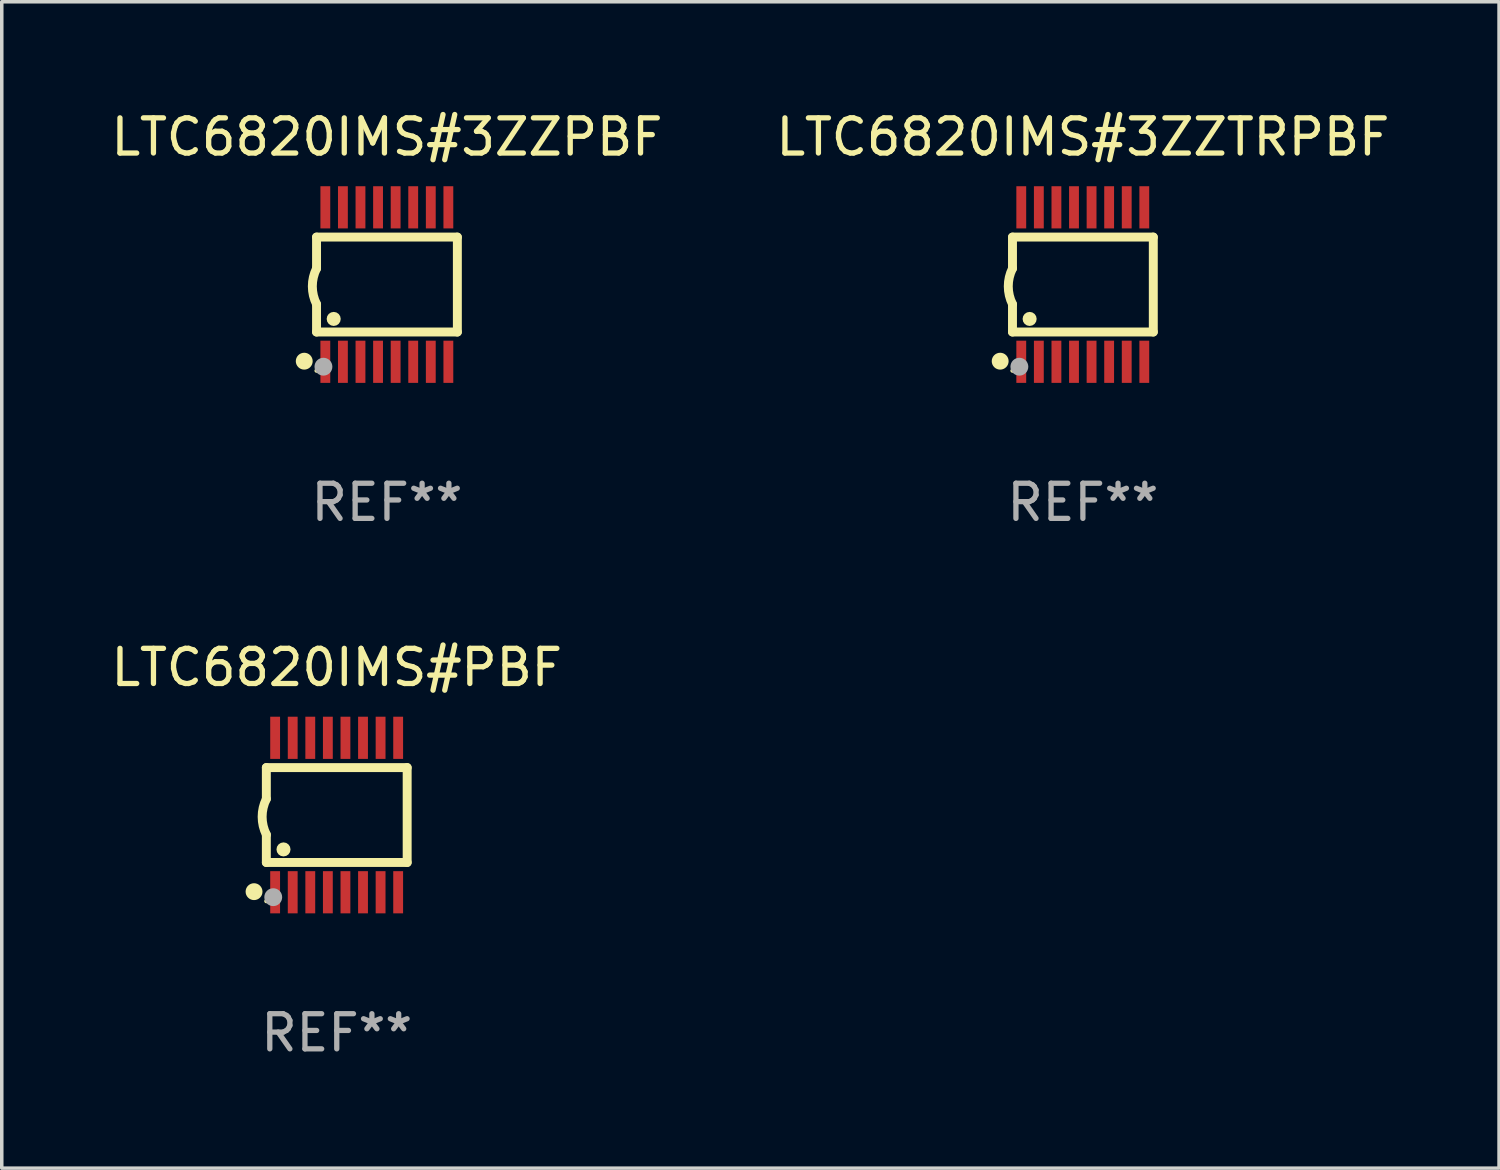
<source format=kicad_pcb>
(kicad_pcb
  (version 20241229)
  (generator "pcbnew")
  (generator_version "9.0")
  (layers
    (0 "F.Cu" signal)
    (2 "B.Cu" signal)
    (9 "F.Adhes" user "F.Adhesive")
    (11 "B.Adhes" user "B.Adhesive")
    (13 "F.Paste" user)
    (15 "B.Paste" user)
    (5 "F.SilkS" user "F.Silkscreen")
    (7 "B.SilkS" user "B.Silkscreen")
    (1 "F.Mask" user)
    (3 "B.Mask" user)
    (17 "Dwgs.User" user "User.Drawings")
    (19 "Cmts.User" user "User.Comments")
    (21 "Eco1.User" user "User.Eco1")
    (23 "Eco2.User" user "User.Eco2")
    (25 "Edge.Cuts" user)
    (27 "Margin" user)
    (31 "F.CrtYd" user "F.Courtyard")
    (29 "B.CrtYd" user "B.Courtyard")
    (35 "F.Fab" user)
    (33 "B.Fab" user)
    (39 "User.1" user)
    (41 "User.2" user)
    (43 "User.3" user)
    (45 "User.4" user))
  (footprint "LTC6820IMS#3ZZTRPBF"
    (layer "F.Cu")
    (at 27.756 5.045)
    (property "Reference" "LTC6820IMS#3ZZTRPBF" (at 0 -4.197 0) (layer "F.SilkS") (effects (font (size 1 1) (thickness 0.15))))
    (attr through_hole)
    (fp_line (start -2.003 -1.35) (end -2.003 -0.457) (stroke (width 0.254) (type solid)) (layer "F.SilkS"))
    (fp_line (start -2.003 -1.35) (end 2.003 -1.35) (stroke (width 0.254) (type solid)) (layer "F.SilkS"))
    (fp_line (start -2.003 1.35) (end -2.003 0.559) (stroke (width 0.254) (type solid)) (layer "F.SilkS"))
    (fp_line (start -2.003 1.35) (end 2.003 1.35) (stroke (width 0.254) (type solid)) (layer "F.SilkS"))
    (fp_line (start 2.003 -1.35) (end 2.003 1.35) (stroke (width 0.254) (type solid)) (layer "F.SilkS"))
    (fp_arc (start -2.002286 0.558802) (mid -2.122556 0.05092) (end -2.003302 -0.457201) (stroke (width 0.254001) (type solid)) (layer "F.SilkS"))
    (fp_circle (center -2.353 2.18) (end -2.233 2.18) (stroke (width 0.24) (type solid)) (fill no) (layer "F.SilkS"))
    (fp_circle (center -2.003 2.45) (end -1.973 2.45) (stroke (width 0.06) (type solid)) (fill no) (layer "F.SilkS"))
    (fp_circle (center -1.515 0.978) (end -1.415 0.978) (stroke (width 0.2) (type solid)) (fill no) (layer "F.SilkS"))
    (fp_circle (center -1.807 2.337) (end -1.68 2.337) (stroke (width 0.254) (type solid)) (fill no) (layer "F.Fab"))
    (fp_text user "REF**" (at 0 6.197 0) (layer "F.Fab") (effects (font (size 1 1) (thickness 0.15))))
    (pad "1" smd rect (at -1.753 2.197 90) (size 1.2 0.28) (layers "F.Cu" "F.Mask" "F.Paste"))
    (pad "2" smd rect (at -1.253 2.197 90) (size 1.2 0.28) (layers "F.Cu" "F.Mask" "F.Paste"))
    (pad "3" smd rect (at -0.753 2.197 90) (size 1.2 0.28) (layers "F.Cu" "F.Mask" "F.Paste"))
    (pad "4" smd rect (at -0.253 2.197 90) (size 1.2 0.28) (layers "F.Cu" "F.Mask" "F.Paste"))
    (pad "5" smd rect (at 0.247 2.197 90) (size 1.2 0.28) (layers "F.Cu" "F.Mask" "F.Paste"))
    (pad "6" smd rect (at 0.747 2.197 90) (size 1.2 0.28) (layers "F.Cu" "F.Mask" "F.Paste"))
    (pad "7" smd rect (at 1.247 2.197 90) (size 1.2 0.28) (layers "F.Cu" "F.Mask" "F.Paste"))
    (pad "8" smd rect (at 1.747 2.197 90) (size 1.2 0.28) (layers "F.Cu" "F.Mask" "F.Paste"))
    (pad "9" smd rect (at 1.747 -2.197 90) (size 1.2 0.28) (layers "F.Cu" "F.Mask" "F.Paste"))
    (pad "10" smd rect (at 1.247 -2.197 90) (size 1.2 0.28) (layers "F.Cu" "F.Mask" "F.Paste"))
    (pad "11" smd rect (at 0.747 -2.197 90) (size 1.2 0.28) (layers "F.Cu" "F.Mask" "F.Paste"))
    (pad "12" smd rect (at 0.247 -2.197 90) (size 1.2 0.28) (layers "F.Cu" "F.Mask" "F.Paste"))
    (pad "13" smd rect (at -0.253 -2.197 90) (size 1.2 0.28) (layers "F.Cu" "F.Mask" "F.Paste"))
    (pad "14" smd rect (at -0.753 -2.197 90) (size 1.2 0.28) (layers "F.Cu" "F.Mask" "F.Paste"))
    (pad "15" smd rect (at -1.253 -2.197 90) (size 1.2 0.28) (layers "F.Cu" "F.Mask" "F.Paste"))
    (pad "16" smd rect (at -1.753 -2.197 90) (size 1.2 0.28) (layers "F.Cu" "F.Mask" "F.Paste")))
  (footprint "LTC6820IMS#PBF"
    (layer "F.Cu")
    (at 6.53 20.136)
    (property "Reference" "LTC6820IMS#PBF" (at 0 -4.197 0) (layer "F.SilkS") (effects (font (size 1 1) (thickness 0.15))))
    (attr through_hole)
    (fp_line (start -2.003 -1.35) (end -2.003 -0.457) (stroke (width 0.254) (type solid)) (layer "F.SilkS"))
    (fp_line (start -2.003 -1.35) (end 2.003 -1.35) (stroke (width 0.254) (type solid)) (layer "F.SilkS"))
    (fp_line (start -2.003 1.35) (end -2.003 0.559) (stroke (width 0.254) (type solid)) (layer "F.SilkS"))
    (fp_line (start -2.003 1.35) (end 2.003 1.35) (stroke (width 0.254) (type solid)) (layer "F.SilkS"))
    (fp_line (start 2.003 -1.35) (end 2.003 1.35) (stroke (width 0.254) (type solid)) (layer "F.SilkS"))
    (fp_arc (start -2.002286 0.558802) (mid -2.122556 0.05092) (end -2.003302 -0.457201) (stroke (width 0.254001) (type solid)) (layer "F.SilkS"))
    (fp_circle (center -2.353 2.18) (end -2.233 2.18) (stroke (width 0.24) (type solid)) (fill no) (layer "F.SilkS"))
    (fp_circle (center -2.003 2.45) (end -1.973 2.45) (stroke (width 0.06) (type solid)) (fill no) (layer "F.SilkS"))
    (fp_circle (center -1.515 0.978) (end -1.415 0.978) (stroke (width 0.2) (type solid)) (fill no) (layer "F.SilkS"))
    (fp_circle (center -1.807 2.337) (end -1.68 2.337) (stroke (width 0.254) (type solid)) (fill no) (layer "F.Fab"))
    (fp_text user "REF**" (at 0 6.197 0) (layer "F.Fab") (effects (font (size 1 1) (thickness 0.15))))
    (pad "1" smd rect (at -1.753 2.197 90) (size 1.2 0.28) (layers "F.Cu" "F.Mask" "F.Paste"))
    (pad "2" smd rect (at -1.253 2.197 90) (size 1.2 0.28) (layers "F.Cu" "F.Mask" "F.Paste"))
    (pad "3" smd rect (at -0.753 2.197 90) (size 1.2 0.28) (layers "F.Cu" "F.Mask" "F.Paste"))
    (pad "4" smd rect (at -0.253 2.197 90) (size 1.2 0.28) (layers "F.Cu" "F.Mask" "F.Paste"))
    (pad "5" smd rect (at 0.247 2.197 90) (size 1.2 0.28) (layers "F.Cu" "F.Mask" "F.Paste"))
    (pad "6" smd rect (at 0.747 2.197 90) (size 1.2 0.28) (layers "F.Cu" "F.Mask" "F.Paste"))
    (pad "7" smd rect (at 1.247 2.197 90) (size 1.2 0.28) (layers "F.Cu" "F.Mask" "F.Paste"))
    (pad "8" smd rect (at 1.747 2.197 90) (size 1.2 0.28) (layers "F.Cu" "F.Mask" "F.Paste"))
    (pad "9" smd rect (at 1.747 -2.197 90) (size 1.2 0.28) (layers "F.Cu" "F.Mask" "F.Paste"))
    (pad "10" smd rect (at 1.247 -2.197 90) (size 1.2 0.28) (layers "F.Cu" "F.Mask" "F.Paste"))
    (pad "11" smd rect (at 0.747 -2.197 90) (size 1.2 0.28) (layers "F.Cu" "F.Mask" "F.Paste"))
    (pad "12" smd rect (at 0.247 -2.197 90) (size 1.2 0.28) (layers "F.Cu" "F.Mask" "F.Paste"))
    (pad "13" smd rect (at -0.253 -2.197 90) (size 1.2 0.28) (layers "F.Cu" "F.Mask" "F.Paste"))
    (pad "14" smd rect (at -0.753 -2.197 90) (size 1.2 0.28) (layers "F.Cu" "F.Mask" "F.Paste"))
    (pad "15" smd rect (at -1.253 -2.197 90) (size 1.2 0.28) (layers "F.Cu" "F.Mask" "F.Paste"))
    (pad "16" smd rect (at -1.753 -2.197 90) (size 1.2 0.28) (layers "F.Cu" "F.Mask" "F.Paste")))
  (footprint "LTC6820IMS#3ZZPBF"
    (layer "F.Cu")
    (at 7.958 5.045)
    (property "Reference" "LTC6820IMS#3ZZPBF" (at 0 -4.197 0) (layer "F.SilkS") (effects (font (size 1 1) (thickness 0.15))))
    (attr through_hole)
    (fp_line (start -2.003 -1.35) (end -2.003 -0.457) (stroke (width 0.254) (type solid)) (layer "F.SilkS"))
    (fp_line (start -2.003 -1.35) (end 2.003 -1.35) (stroke (width 0.254) (type solid)) (layer "F.SilkS"))
    (fp_line (start -2.003 1.35) (end -2.003 0.559) (stroke (width 0.254) (type solid)) (layer "F.SilkS"))
    (fp_line (start -2.003 1.35) (end 2.003 1.35) (stroke (width 0.254) (type solid)) (layer "F.SilkS"))
    (fp_line (start 2.003 -1.35) (end 2.003 1.35) (stroke (width 0.254) (type solid)) (layer "F.SilkS"))
    (fp_arc (start -2.002286 0.558802) (mid -2.122556 0.05092) (end -2.003302 -0.457201) (stroke (width 0.254001) (type solid)) (layer "F.SilkS"))
    (fp_circle (center -2.353 2.18) (end -2.233 2.18) (stroke (width 0.24) (type solid)) (fill no) (layer "F.SilkS"))
    (fp_circle (center -2.003 2.45) (end -1.973 2.45) (stroke (width 0.06) (type solid)) (fill no) (layer "F.SilkS"))
    (fp_circle (center -1.515 0.978) (end -1.415 0.978) (stroke (width 0.2) (type solid)) (fill no) (layer "F.SilkS"))
    (fp_circle (center -1.807 2.337) (end -1.68 2.337) (stroke (width 0.254) (type solid)) (fill no) (layer "F.Fab"))
    (fp_text user "REF**" (at 0 6.197 0) (layer "F.Fab") (effects (font (size 1 1) (thickness 0.15))))
    (pad "1" smd rect (at -1.753 2.197 90) (size 1.2 0.28) (layers "F.Cu" "F.Mask" "F.Paste"))
    (pad "2" smd rect (at -1.253 2.197 90) (size 1.2 0.28) (layers "F.Cu" "F.Mask" "F.Paste"))
    (pad "3" smd rect (at -0.753 2.197 90) (size 1.2 0.28) (layers "F.Cu" "F.Mask" "F.Paste"))
    (pad "4" smd rect (at -0.253 2.197 90) (size 1.2 0.28) (layers "F.Cu" "F.Mask" "F.Paste"))
    (pad "5" smd rect (at 0.247 2.197 90) (size 1.2 0.28) (layers "F.Cu" "F.Mask" "F.Paste"))
    (pad "6" smd rect (at 0.747 2.197 90) (size 1.2 0.28) (layers "F.Cu" "F.Mask" "F.Paste"))
    (pad "7" smd rect (at 1.247 2.197 90) (size 1.2 0.28) (layers "F.Cu" "F.Mask" "F.Paste"))
    (pad "8" smd rect (at 1.747 2.197 90) (size 1.2 0.28) (layers "F.Cu" "F.Mask" "F.Paste"))
    (pad "9" smd rect (at 1.747 -2.197 90) (size 1.2 0.28) (layers "F.Cu" "F.Mask" "F.Paste"))
    (pad "10" smd rect (at 1.247 -2.197 90) (size 1.2 0.28) (layers "F.Cu" "F.Mask" "F.Paste"))
    (pad "11" smd rect (at 0.747 -2.197 90) (size 1.2 0.28) (layers "F.Cu" "F.Mask" "F.Paste"))
    (pad "12" smd rect (at 0.247 -2.197 90) (size 1.2 0.28) (layers "F.Cu" "F.Mask" "F.Paste"))
    (pad "13" smd rect (at -0.253 -2.197 90) (size 1.2 0.28) (layers "F.Cu" "F.Mask" "F.Paste"))
    (pad "14" smd rect (at -0.753 -2.197 90) (size 1.2 0.28) (layers "F.Cu" "F.Mask" "F.Paste"))
    (pad "15" smd rect (at -1.253 -2.197 90) (size 1.2 0.28) (layers "F.Cu" "F.Mask" "F.Paste"))
    (pad "16" smd rect (at -1.753 -2.197 90) (size 1.2 0.28) (layers "F.Cu" "F.Mask" "F.Paste")))
  (gr_rect
    (start -3 -3)
    (end 39.595 30.181)
    (stroke (width 0.1) (type default))
    (fill no)
    (layer "Edge.Cuts")))
</source>
